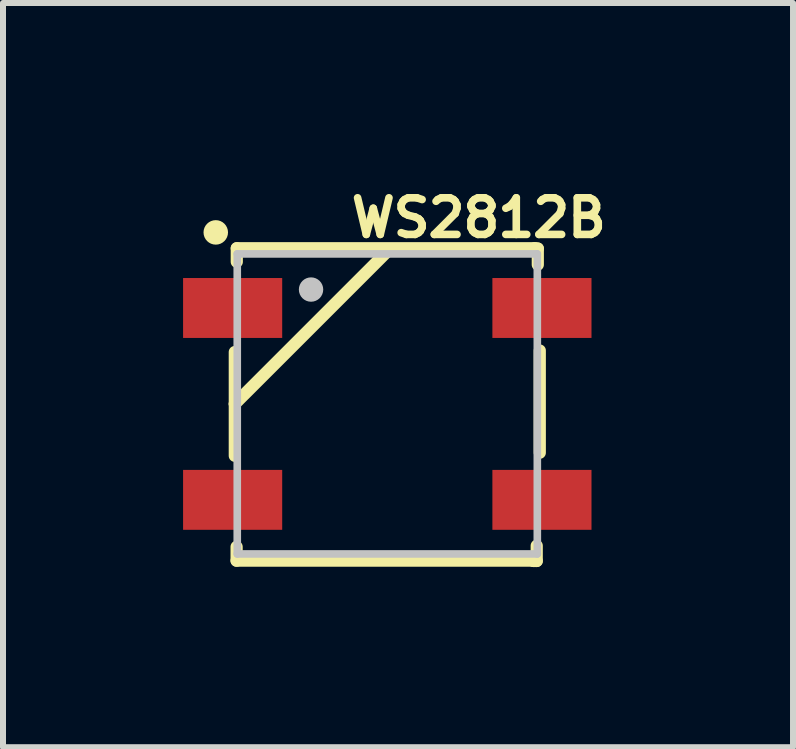
<source format=kicad_pcb>
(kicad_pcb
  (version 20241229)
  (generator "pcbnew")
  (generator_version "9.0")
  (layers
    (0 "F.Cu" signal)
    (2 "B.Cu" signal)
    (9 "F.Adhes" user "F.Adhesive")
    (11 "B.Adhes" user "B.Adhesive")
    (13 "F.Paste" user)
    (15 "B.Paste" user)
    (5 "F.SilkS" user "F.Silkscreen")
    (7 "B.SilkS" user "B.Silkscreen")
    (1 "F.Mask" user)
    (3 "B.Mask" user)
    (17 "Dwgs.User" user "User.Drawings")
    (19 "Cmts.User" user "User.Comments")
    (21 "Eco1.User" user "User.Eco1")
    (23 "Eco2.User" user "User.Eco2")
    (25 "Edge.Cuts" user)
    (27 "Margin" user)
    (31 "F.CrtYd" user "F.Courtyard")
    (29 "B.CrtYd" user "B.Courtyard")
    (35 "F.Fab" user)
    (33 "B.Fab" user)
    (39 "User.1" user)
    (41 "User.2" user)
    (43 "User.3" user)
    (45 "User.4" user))
  (footprint "WS2812B"
    (layer "F.Cu")
    (at 3.401 3.678)
    (property "Reference" "WS2812B" (at 1.524 -3.099 0) (layer "F.SilkS") (effects (font (size 0.61 0.61) (thickness 0.127))))
    (attr smd)
    (fp_line (start -2.54 0) (end -2.54 -0.864) (stroke (width 0.203) (type solid)) (layer "F.SilkS"))
    (fp_line (start -2.54 0) (end 0 -2.54) (stroke (width 0.203) (type solid)) (layer "F.SilkS"))
    (fp_line (start -2.54 0.864) (end -2.54 0) (stroke (width 0.203) (type solid)) (layer "F.SilkS"))
    (fp_line (start -2.51 2.611) (end -2.51 2.38) (stroke (width 0.203) (type solid)) (layer "F.SilkS"))
    (fp_line (start -2.507 -2.593) (end -2.507 -2.367) (stroke (width 0.203) (type solid)) (layer "F.SilkS"))
    (fp_line (start 2.438 2.611) (end -2.51 2.611) (stroke (width 0.203) (type solid)) (layer "F.SilkS"))
    (fp_line (start 2.438 2.616) (end 2.438 2.611) (stroke (width 0.203) (type solid)) (layer "F.SilkS"))
    (fp_line (start 2.456 -2.593) (end -2.507 -2.593) (stroke (width 0.203) (type solid)) (layer "F.SilkS"))
    (fp_line (start 2.456 -2.588) (end 2.456 -2.593) (stroke (width 0.203) (type solid)) (layer "F.SilkS"))
    (fp_line (start 2.489 2.362) (end 2.489 2.616) (stroke (width 0.203) (type solid)) (layer "F.SilkS"))
    (fp_line (start 2.489 2.616) (end 2.438 2.616) (stroke (width 0.203) (type solid)) (layer "F.SilkS"))
    (fp_line (start 2.507 -2.588) (end 2.456 -2.588) (stroke (width 0.203) (type solid)) (layer "F.SilkS"))
    (fp_line (start 2.507 -2.319) (end 2.507 -2.588) (stroke (width 0.203) (type solid)) (layer "F.SilkS"))
    (fp_line (start 2.54 -0.889) (end 2.54 0.813) (stroke (width 0.203) (type solid)) (layer "F.SilkS"))
    (fp_circle (center -2.857 -2.857) (end -2.857 -3.061) (stroke (width 0) (type solid)) (fill yes) (layer "F.SilkS"))
    (fp_line (start -2.499 -2.499) (end -2.499 2.499) (stroke (width 0.127) (type solid)) (layer "Dwgs.User"))
    (fp_line (start -2.499 2.499) (end 2.499 2.499) (stroke (width 0.127) (type solid)) (layer "Dwgs.User"))
    (fp_line (start 2.499 -2.499) (end -2.499 -2.499) (stroke (width 0.127) (type solid)) (layer "Dwgs.User"))
    (fp_line (start 2.499 2.499) (end 2.499 -2.499) (stroke (width 0.127) (type solid)) (layer "Dwgs.User"))
    (fp_circle (center -1.27 -1.905) (end -1.27 -2.108) (stroke (width 0) (type solid)) (fill yes) (layer "Dwgs.User"))
    (pad "1" smd rect (at 2.576 1.598 180) (size 1.651 0.998) (layers "F.Cu" "F.Mask" "F.Paste"))
    (pad "2" smd rect (at 2.576 -1.598 180) (size 1.651 0.998) (layers "F.Cu" "F.Mask" "F.Paste"))
    (pad "3" smd rect (at -2.576 -1.598 180) (size 1.651 0.998) (layers "F.Cu" "F.Mask" "F.Paste"))
    (pad "4" smd rect (at -2.576 1.598 180) (size 1.651 0.998) (layers "F.Cu" "F.Mask" "F.Paste")))
  (gr_rect
    (start -3 -3)
    (end 10.159 9.396)
    (stroke (width 0.1) (type default))
    (fill no)
    (layer "Edge.Cuts")))
</source>
